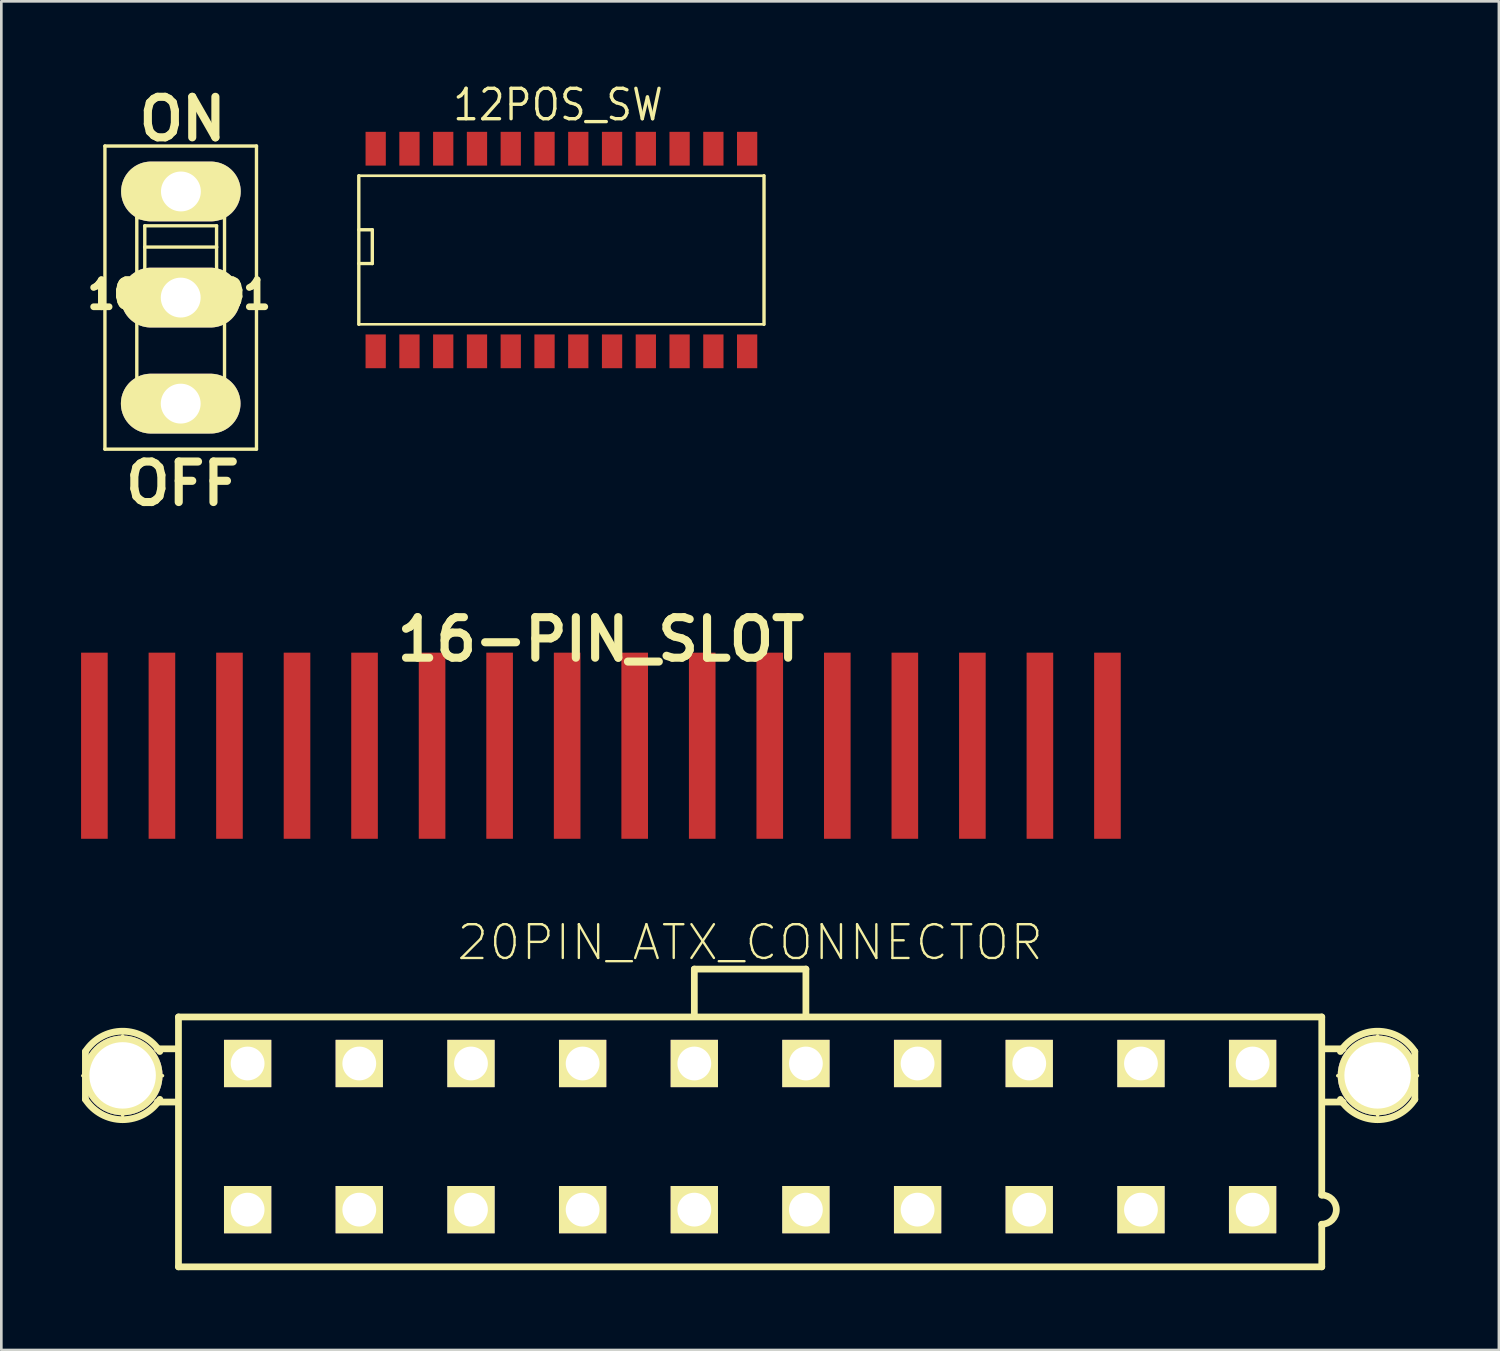
<source format=kicad_pcb>
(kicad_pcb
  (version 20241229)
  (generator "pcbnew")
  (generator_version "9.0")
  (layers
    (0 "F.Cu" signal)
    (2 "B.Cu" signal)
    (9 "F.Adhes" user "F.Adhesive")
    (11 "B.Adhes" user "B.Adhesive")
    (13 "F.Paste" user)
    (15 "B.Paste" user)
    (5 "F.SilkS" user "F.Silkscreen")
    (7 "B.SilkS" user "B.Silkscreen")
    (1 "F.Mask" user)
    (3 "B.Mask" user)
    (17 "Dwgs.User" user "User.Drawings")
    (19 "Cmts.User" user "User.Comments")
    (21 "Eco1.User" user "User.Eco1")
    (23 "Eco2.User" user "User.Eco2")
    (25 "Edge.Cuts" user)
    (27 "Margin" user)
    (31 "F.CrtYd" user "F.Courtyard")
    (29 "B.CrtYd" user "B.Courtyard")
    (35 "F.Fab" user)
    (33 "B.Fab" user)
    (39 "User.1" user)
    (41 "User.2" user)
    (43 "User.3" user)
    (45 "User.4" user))
  (footprint "12POS_SW"
    (layer "F.Cu")
    (at 18.064 6.353)
    (property "Reference" "12POS_SW" (at -0.127 -5.461 0) (layer "F.SilkS") (effects (font (size 1.143 1.016) (thickness 0.127))))
    (attr smd)
    (fp_line (start -7.62 -2.794) (end -7.62 2.794) (stroke (width 0.127) (type solid)) (layer "F.SilkS"))
    (fp_line (start -7.62 -2.794) (end 7.62 -2.794) (stroke (width 0.099) (type solid)) (layer "F.SilkS"))
    (fp_line (start -7.62 -0.762) (end -7.112 -0.762) (stroke (width 0.127) (type solid)) (layer "F.SilkS"))
    (fp_line (start -7.112 -0.762) (end -7.112 0.508) (stroke (width 0.127) (type solid)) (layer "F.SilkS"))
    (fp_line (start -7.112 0.508) (end -7.62 0.508) (stroke (width 0.127) (type solid)) (layer "F.SilkS"))
    (fp_line (start 7.62 -2.794) (end 7.62 2.794) (stroke (width 0.127) (type solid)) (layer "F.SilkS"))
    (fp_line (start 7.62 2.794) (end -7.62 2.794) (stroke (width 0.099) (type solid)) (layer "F.SilkS"))
    (pad "1" smd rect (at -6.985 3.81) (size 0.762 1.27) (layers "F.Cu" "F.Mask" "F.Paste"))
    (pad "2" smd rect (at -5.715 3.81) (size 0.762 1.27) (layers "F.Cu" "F.Mask" "F.Paste"))
    (pad "3" smd rect (at -4.445 3.81) (size 0.762 1.27) (layers "F.Cu" "F.Mask" "F.Paste"))
    (pad "4" smd rect (at -3.175 3.81) (size 0.762 1.27) (layers "F.Cu" "F.Mask" "F.Paste"))
    (pad "5" smd rect (at -1.905 3.81) (size 0.762 1.27) (layers "F.Cu" "F.Mask" "F.Paste"))
    (pad "6" smd rect (at -0.635 3.81) (size 0.762 1.27) (layers "F.Cu" "F.Mask" "F.Paste"))
    (pad "7" smd rect (at 0.635 3.81) (size 0.762 1.27) (layers "F.Cu" "F.Mask" "F.Paste"))
    (pad "8" smd rect (at 1.905 3.81) (size 0.762 1.27) (layers "F.Cu" "F.Mask" "F.Paste"))
    (pad "9" smd rect (at 3.175 3.81) (size 0.762 1.27) (layers "F.Cu" "F.Mask" "F.Paste"))
    (pad "10" smd rect (at 4.445 3.81) (size 0.762 1.27) (layers "F.Cu" "F.Mask" "F.Paste"))
    (pad "11" smd rect (at 5.715 3.81) (size 0.762 1.27) (layers "F.Cu" "F.Mask" "F.Paste"))
    (pad "12" smd rect (at 6.985 3.81) (size 0.762 1.27) (layers "F.Cu" "F.Mask" "F.Paste"))
    (pad "13" smd rect (at 6.985 -3.81) (size 0.762 1.27) (layers "F.Cu" "F.Mask" "F.Paste"))
    (pad "14" smd rect (at 5.715 -3.81) (size 0.762 1.27) (layers "F.Cu" "F.Mask" "F.Paste"))
    (pad "15" smd rect (at 4.445 -3.81) (size 0.762 1.27) (layers "F.Cu" "F.Mask" "F.Paste"))
    (pad "16" smd rect (at 3.175 -3.81) (size 0.762 1.27) (layers "F.Cu" "F.Mask" "F.Paste"))
    (pad "17" smd rect (at 1.905 -3.81) (size 0.762 1.27) (layers "F.Cu" "F.Mask" "F.Paste"))
    (pad "18" smd rect (at 0.635 -3.81) (size 0.762 1.27) (layers "F.Cu" "F.Mask" "F.Paste"))
    (pad "19" smd rect (at -0.635 -3.81) (size 0.762 1.27) (layers "F.Cu" "F.Mask" "F.Paste"))
    (pad "20" smd rect (at -1.905 -3.81) (size 0.762 1.27) (layers "F.Cu" "F.Mask" "F.Paste"))
    (pad "21" smd rect (at -3.175 -3.81) (size 0.762 1.27) (layers "F.Cu" "F.Mask" "F.Paste"))
    (pad "22" smd rect (at -4.445 -3.81) (size 0.762 1.27) (layers "F.Cu" "F.Mask" "F.Paste"))
    (pad "23" smd rect (at -5.715 -3.81) (size 0.762 1.27) (layers "F.Cu" "F.Mask" "F.Paste"))
    (pad "24" smd rect (at -6.985 -3.81) (size 0.762 1.27) (layers "F.Cu" "F.Mask" "F.Paste")))
  (footprint "20PIN_ATX_CONNECTOR"
    (layer "F.Cu")
    (at 25.161 39.695)
    (property "Reference" "20PIN_ATX_CONNECTOR" (at 0 -7.3 0) (layer "F.SilkS") (effects (font (size 1.27 1.27) (thickness 0.089))))
    (attr exclude_from_pos_files exclude_from_bom)
    (fp_line (start -25.098 -2.289) (end -22.098 -2.289) (stroke (width 0.127) (type solid)) (layer "F.SilkS"))
    (fp_line (start -24.999 -3.198) (end -24.999 -1.4) (stroke (width 0.254) (type solid)) (layer "F.SilkS"))
    (fp_line (start -23.599 -0.79) (end -23.599 -3.79) (stroke (width 0.127) (type solid)) (layer "F.SilkS"))
    (fp_line (start -22.299 -3.299) (end -21.598 -3.299) (stroke (width 0.254) (type solid)) (layer "F.SilkS"))
    (fp_line (start -22.299 -1.298) (end -21.598 -1.298) (stroke (width 0.254) (type solid)) (layer "F.SilkS"))
    (fp_line (start -21.499 -4.498) (end 21.499 -4.498) (stroke (width 0.254) (type solid)) (layer "F.SilkS"))
    (fp_line (start -21.499 4.9) (end -21.499 -4.498) (stroke (width 0.254) (type solid)) (layer "F.SilkS"))
    (fp_line (start -2.098 -6.299) (end -2.098 -4.6) (stroke (width 0.254) (type solid)) (layer "F.SilkS"))
    (fp_line (start -2.098 -6.299) (end 2.098 -6.299) (stroke (width 0.254) (type solid)) (layer "F.SilkS"))
    (fp_line (start 2.098 -6.299) (end 2.098 -4.6) (stroke (width 0.254) (type solid)) (layer "F.SilkS"))
    (fp_line (start 21.499 -4.498) (end 21.499 2.2) (stroke (width 0.254) (type solid)) (layer "F.SilkS"))
    (fp_line (start 21.499 3.299) (end 21.499 4.9) (stroke (width 0.254) (type solid)) (layer "F.SilkS"))
    (fp_line (start 21.499 4.9) (end -21.499 4.9) (stroke (width 0.254) (type solid)) (layer "F.SilkS"))
    (fp_line (start 22.098 -2.289) (end 25.098 -2.289) (stroke (width 0.127) (type solid)) (layer "F.SilkS"))
    (fp_line (start 22.299 -3.299) (end 21.598 -3.299) (stroke (width 0.254) (type solid)) (layer "F.SilkS"))
    (fp_line (start 22.299 -1.298) (end 21.598 -1.298) (stroke (width 0.254) (type solid)) (layer "F.SilkS"))
    (fp_line (start 23.599 -0.79) (end 23.599 -3.79) (stroke (width 0.127) (type solid)) (layer "F.SilkS"))
    (fp_line (start 24.999 -1.4) (end 24.999 -3.198) (stroke (width 0.254) (type solid)) (layer "F.SilkS"))
    (fp_arc (start -24.99868 -3.19786) (mid -23.600027 -3.96219) (end -22.200559 -3.199352) (stroke (width 0.254) (type solid)) (layer "F.SilkS"))
    (fp_arc (start -22.1996 -1.39954) (mid -23.598253 -0.63521) (end -24.997721 -1.398048) (stroke (width 0.254) (type solid)) (layer "F.SilkS"))
    (fp_arc (start 21.49856 2.19964) (mid 22.0472 2.74828) (end 21.49856 3.29692) (stroke (width 0.254) (type solid)) (layer "F.SilkS"))
    (fp_arc (start 22.1996 -3.19786) (mid 23.598253 -3.96219) (end 24.997721 -3.199352) (stroke (width 0.254) (type solid)) (layer "F.SilkS"))
    (fp_arc (start 24.99868 -1.39954) (mid 23.600027 -0.63521) (end 22.200559 -1.398048) (stroke (width 0.254) (type solid)) (layer "F.SilkS"))
    (fp_circle (center -23.599 -2.289) (end -24.348 -3.038) (stroke (width 0.127) (type solid)) (fill no) (layer "F.SilkS"))
    (fp_circle (center 23.599 -2.289) (end 24.348 -3.038) (stroke (width 0.127) (type solid)) (fill no) (layer "F.SilkS"))
    (pad "" thru_hole circle (at -23.599 -2.301) (size 3 3) (drill 2.499) (layers "*.Cu" "*.Mask" "F.SilkS"))
    (pad "" thru_hole circle (at 23.599 -2.301) (size 3 3) (drill 2.499) (layers "*.Cu" "*.Mask" "F.SilkS"))
    (pad "1" thru_hole rect (at 18.898 2.748) (size 1.778 1.778) (drill 1.27) (layers "*.Cu" "*.Mask" "F.SilkS"))
    (pad "2" thru_hole rect (at 14.699 2.748) (size 1.778 1.778) (drill 1.27) (layers "*.Cu" "*.Mask" "F.SilkS"))
    (pad "3" thru_hole rect (at 10.498 2.748) (size 1.778 1.778) (drill 1.27) (layers "*.Cu" "*.Mask" "F.SilkS"))
    (pad "4" thru_hole rect (at 6.299 2.748) (size 1.778 1.778) (drill 1.27) (layers "*.Cu" "*.Mask" "F.SilkS"))
    (pad "5" thru_hole rect (at 2.098 2.748) (size 1.778 1.778) (drill 1.27) (layers "*.Cu" "*.Mask" "F.SilkS"))
    (pad "6" thru_hole rect (at -2.098 2.748) (size 1.778 1.778) (drill 1.27) (layers "*.Cu" "*.Mask" "F.SilkS"))
    (pad "7" thru_hole rect (at -6.299 2.748) (size 1.778 1.778) (drill 1.27) (layers "*.Cu" "*.Mask" "F.SilkS"))
    (pad "8" thru_hole rect (at -10.498 2.748) (size 1.778 1.778) (drill 1.27) (layers "*.Cu" "*.Mask" "F.SilkS"))
    (pad "9" thru_hole rect (at -14.699 2.748) (size 1.778 1.778) (drill 1.27) (layers "*.Cu" "*.Mask" "F.SilkS"))
    (pad "10" thru_hole rect (at -18.898 2.748) (size 1.778 1.778) (drill 1.27) (layers "*.Cu" "*.Mask" "F.SilkS"))
    (pad "11" thru_hole rect (at 18.898 -2.748) (size 1.778 1.778) (drill 1.27) (layers "*.Cu" "*.Mask" "F.SilkS"))
    (pad "12" thru_hole rect (at 14.699 -2.748) (size 1.778 1.778) (drill 1.27) (layers "*.Cu" "*.Mask" "F.SilkS"))
    (pad "13" thru_hole rect (at 10.498 -2.748) (size 1.778 1.778) (drill 1.27) (layers "*.Cu" "*.Mask" "F.SilkS"))
    (pad "14" thru_hole rect (at 6.299 -2.748) (size 1.778 1.778) (drill 1.27) (layers "*.Cu" "*.Mask" "F.SilkS"))
    (pad "15" thru_hole rect (at 2.098 -2.748) (size 1.778 1.778) (drill 1.27) (layers "*.Cu" "*.Mask" "F.SilkS"))
    (pad "16" thru_hole rect (at -2.098 -2.748) (size 1.778 1.778) (drill 1.27) (layers "*.Cu" "*.Mask" "F.SilkS"))
    (pad "17" thru_hole rect (at -6.299 -2.748) (size 1.778 1.778) (drill 1.27) (layers "*.Cu" "*.Mask" "F.SilkS"))
    (pad "18" thru_hole rect (at -10.498 -2.748) (size 1.778 1.778) (drill 1.27) (layers "*.Cu" "*.Mask" "F.SilkS"))
    (pad "19" thru_hole rect (at -14.699 -2.748) (size 1.778 1.778) (drill 1.27) (layers "*.Cu" "*.Mask" "F.SilkS"))
    (pad "20" thru_hole rect (at -18.898 -2.748) (size 1.778 1.778) (drill 1.27) (layers "*.Cu" "*.Mask" "F.SilkS")))
  (footprint "10SP001"
    (layer "F.Cu")
    (at 3.69 8.03)
    (property "Reference" "10SP001" (at 0 0 0) (layer "F.SilkS") (effects (font (size 1.016 1.016) (thickness 0.254))))
    (attr exclude_from_pos_files exclude_from_bom)
    (fp_line (start -2.794 -5.588) (end -2.794 5.812) (stroke (width 0.127) (type solid)) (layer "F.SilkS"))
    (fp_line (start -2.794 5.812) (end 2.906 5.812) (stroke (width 0.127) (type solid)) (layer "F.SilkS"))
    (fp_line (start -1.595 -2.891) (end -1.595 3.211) (stroke (width 0.127) (type solid)) (layer "F.SilkS"))
    (fp_line (start -1.595 3.211) (end 1.704 3.211) (stroke (width 0.127) (type solid)) (layer "F.SilkS"))
    (fp_line (start -1.295 -2.588) (end 1.405 -2.588) (stroke (width 0.127) (type solid)) (layer "F.SilkS"))
    (fp_line (start -1.295 -1.788) (end -1.295 -2.588) (stroke (width 0.127) (type solid)) (layer "F.SilkS"))
    (fp_line (start -1.295 0.01) (end -1.295 -1.788) (stroke (width 0.127) (type solid)) (layer "F.SilkS"))
    (fp_line (start -1.295 0.81) (end -1.295 0.01) (stroke (width 0.127) (type solid)) (layer "F.SilkS"))
    (fp_line (start 1.306 -0.889) (end -1.196 -0.889) (stroke (width 0.127) (type solid)) (layer "F.SilkS"))
    (fp_line (start 1.405 -2.588) (end 1.405 -1.788) (stroke (width 0.127) (type solid)) (layer "F.SilkS"))
    (fp_line (start 1.405 -1.788) (end -1.295 -1.788) (stroke (width 0.127) (type solid)) (layer "F.SilkS"))
    (fp_line (start 1.405 -1.788) (end 1.405 0.01) (stroke (width 0.127) (type solid)) (layer "F.SilkS"))
    (fp_line (start 1.405 0.01) (end -1.295 0.01) (stroke (width 0.127) (type solid)) (layer "F.SilkS"))
    (fp_line (start 1.405 0.01) (end 1.405 0.81) (stroke (width 0.127) (type solid)) (layer "F.SilkS"))
    (fp_line (start 1.405 0.81) (end -1.295 0.81) (stroke (width 0.127) (type solid)) (layer "F.SilkS"))
    (fp_line (start 1.704 -2.891) (end -1.595 -2.891) (stroke (width 0.127) (type solid)) (layer "F.SilkS"))
    (fp_line (start 1.704 3.211) (end 1.704 -2.891) (stroke (width 0.127) (type solid)) (layer "F.SilkS"))
    (fp_line (start 2.906 -5.588) (end -2.794 -5.588) (stroke (width 0.127) (type solid)) (layer "F.SilkS"))
    (fp_line (start 2.906 5.812) (end 2.906 -5.588) (stroke (width 0.127) (type solid)) (layer "F.SilkS"))
    (fp_text user "OFF" (at 0.127 7.112 0) (layer "F.SilkS") (effects (font (size 1.524 1.524) (thickness 0.305))))
    (fp_text user "ON" (at 0.127 -6.604 0) (layer "F.SilkS") (effects (font (size 1.524 1.524) (thickness 0.305))))
    (pad "1" thru_hole oval (at 0.064 -3.879 270) (size 2.248 4.498) (drill 1.499) (layers "*.Cu" "F.Mask" "F.SilkS" "F.Paste"))
    (pad "2" thru_hole oval (at 0.056 0.112 270) (size 2.248 4.498) (drill 1.499) (layers "*.Cu" "F.Mask" "F.SilkS" "F.Paste"))
    (pad "3" thru_hole oval (at 0.056 4.1 270) (size 2.248 4.498) (drill 1.499) (layers "*.Cu" "F.Mask" "F.SilkS" "F.Paste")))
  (footprint "16-PIN_SLOT"
    (layer "F.Cu")
    (at 19.55 24.996)
    (property "Reference" "16-PIN_SLOT" (at 0 -4 0) (layer "F.SilkS") (effects (font (size 1.524 1.524) (thickness 0.305))))
    (attr through_hole)
    (pad "1" smd rect (at -19.05 0) (size 1.001 7) (layers "F.Cu" "F.Mask"))
    (pad "2" smd rect (at -16.51 0) (size 1.001 7) (layers "F.Cu" "F.Mask"))
    (pad "3" smd rect (at -13.97 0) (size 1.001 7) (layers "F.Cu" "F.Mask"))
    (pad "4" smd rect (at -11.43 0) (size 1.001 7) (layers "F.Cu" "F.Mask"))
    (pad "5" smd rect (at -8.89 0) (size 1.001 7) (layers "F.Cu" "F.Mask"))
    (pad "6" smd rect (at -6.35 0) (size 1.001 7) (layers "F.Cu" "F.Mask"))
    (pad "7" smd rect (at -3.81 0) (size 1.001 7) (layers "F.Cu" "F.Mask"))
    (pad "8" smd rect (at -1.27 0) (size 1.001 7) (layers "F.Cu" "F.Mask"))
    (pad "9" smd rect (at 1.27 0) (size 1.001 7) (layers "F.Cu" "F.Mask"))
    (pad "10" smd rect (at 3.81 0) (size 1.001 7) (layers "F.Cu" "F.Mask"))
    (pad "11" smd rect (at 6.35 0) (size 1.001 7) (layers "F.Cu" "F.Mask"))
    (pad "12" smd rect (at 8.89 0) (size 1.001 7) (layers "F.Cu" "F.Mask"))
    (pad "13" smd rect (at 11.43 0) (size 1.001 7) (layers "F.Cu" "F.Mask"))
    (pad "14" smd rect (at 13.97 0) (size 1.001 7) (layers "F.Cu" "F.Mask"))
    (pad "15" smd rect (at 16.51 0) (size 1.001 7) (layers "F.Cu" "F.Mask"))
    (pad "16" smd rect (at 19.05 0) (size 1.001 7) (layers "F.Cu" "F.Mask")))
  (gr_rect
    (start -3 -3)
    (end 53.322 47.722)
    (stroke (width 0.1) (type default))
    (fill no)
    (layer "Edge.Cuts")))
</source>
